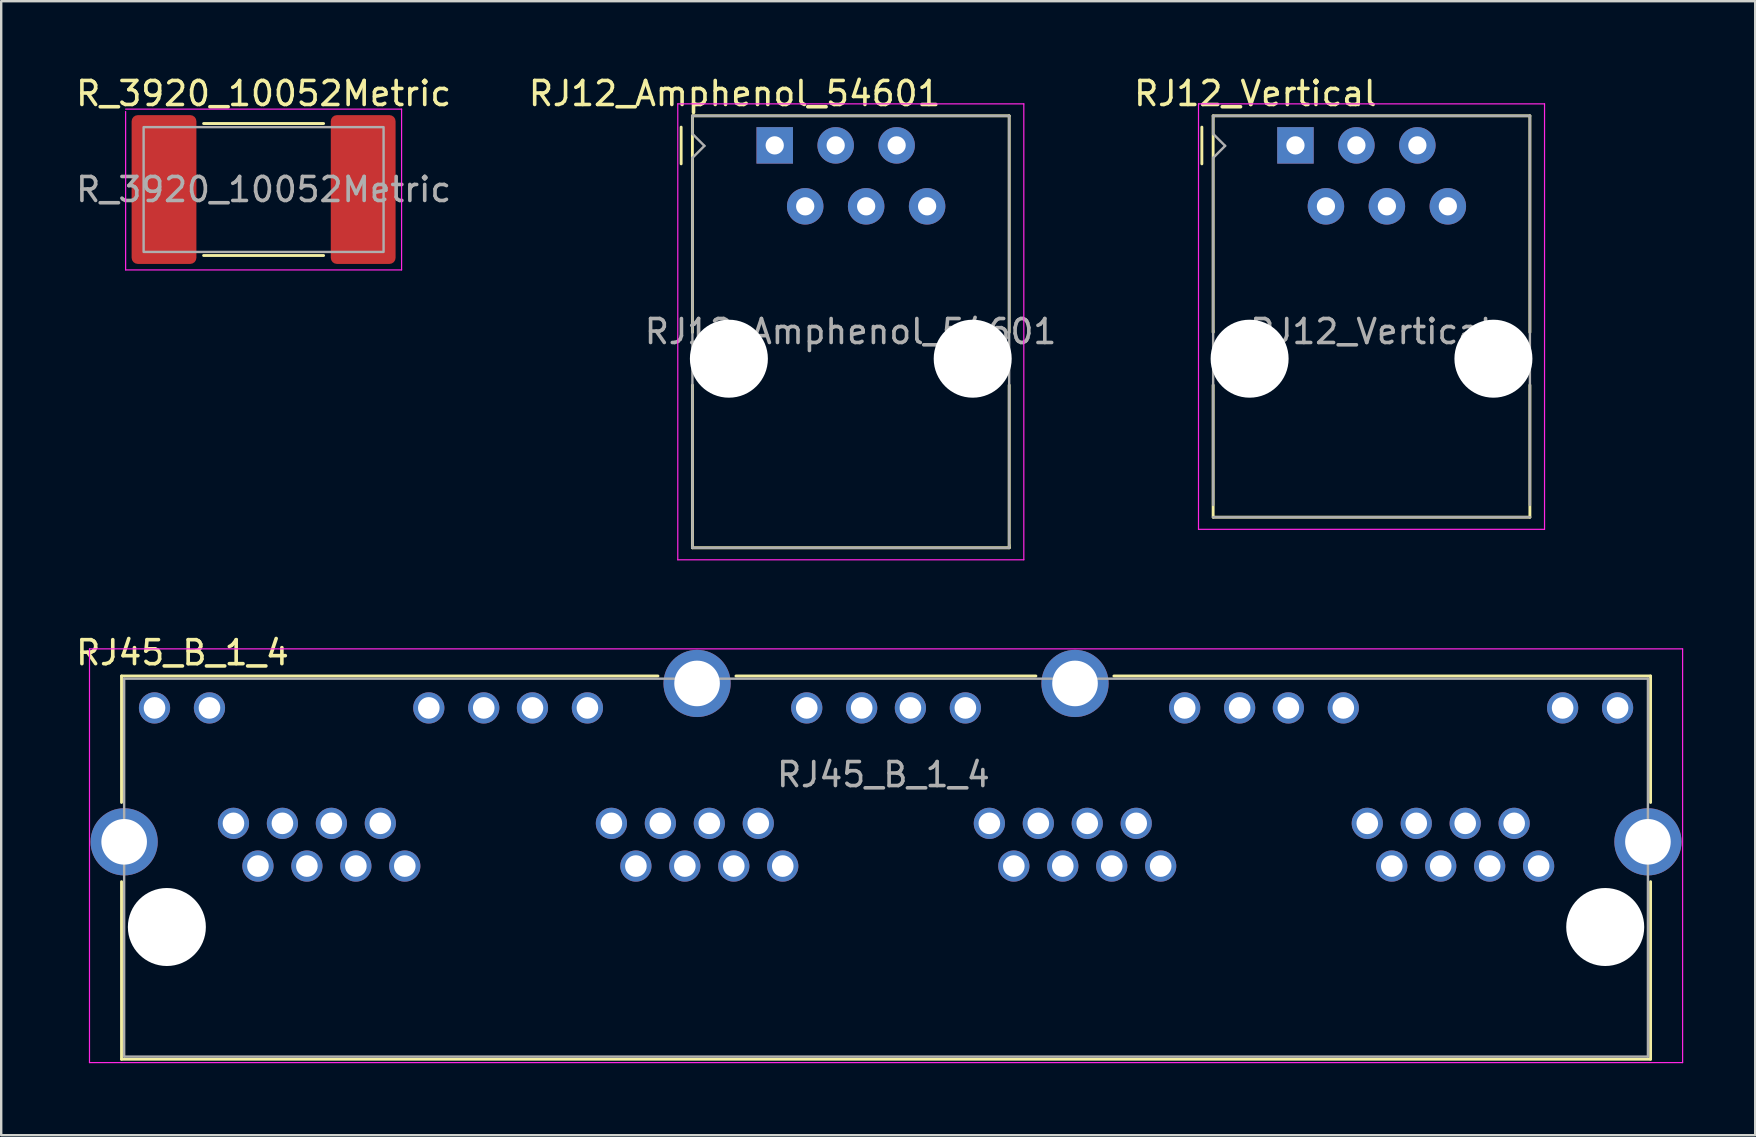
<source format=kicad_pcb>
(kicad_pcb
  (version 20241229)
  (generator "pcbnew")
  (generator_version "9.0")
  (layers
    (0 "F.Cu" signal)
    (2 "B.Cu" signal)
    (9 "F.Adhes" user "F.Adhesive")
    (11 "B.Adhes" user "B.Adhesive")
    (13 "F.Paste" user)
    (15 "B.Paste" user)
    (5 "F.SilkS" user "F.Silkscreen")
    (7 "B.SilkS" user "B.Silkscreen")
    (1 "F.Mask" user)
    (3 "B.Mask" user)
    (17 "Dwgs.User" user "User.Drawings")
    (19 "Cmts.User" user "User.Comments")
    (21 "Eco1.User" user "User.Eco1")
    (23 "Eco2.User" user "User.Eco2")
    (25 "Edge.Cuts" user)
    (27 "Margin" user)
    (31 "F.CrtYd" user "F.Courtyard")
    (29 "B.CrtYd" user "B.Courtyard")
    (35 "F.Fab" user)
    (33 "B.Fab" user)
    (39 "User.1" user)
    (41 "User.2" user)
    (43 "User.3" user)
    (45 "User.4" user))
  (footprint "RJ12_Amphenol_54601"
    (layer "F.Cu")
    (at 29.235 3.008)
    (property "Reference" "RJ12_Amphenol_54601" (at -1.67 -2.16 0) (layer "F.SilkS") (effects (font (size 1 1) (thickness 0.15))))
    (attr through_hole)
    (fp_line (start -3.9 0.77) (end -3.9 -0.76) (stroke (width 0.12) (type solid)) (layer "F.SilkS"))
    (fp_line (start -3.43 -1.23) (end 9.77 -1.23) (stroke (width 0.12) (type solid)) (layer "F.SilkS"))
    (fp_line (start -3.43 7.72) (end -3.43 7.79) (stroke (width 0.1) (type solid)) (layer "F.SilkS"))
    (fp_line (start -3.43 7.79) (end -3.43 -1.23) (stroke (width 0.12) (type solid)) (layer "F.SilkS"))
    (fp_line (start -3.43 16.77) (end -3.43 9.99) (stroke (width 0.12) (type solid)) (layer "F.SilkS"))
    (fp_line (start 9.77 -1.23) (end 9.77 7.79) (stroke (width 0.12) (type solid)) (layer "F.SilkS"))
    (fp_line (start 9.77 16.65) (end 9.77 16.77) (stroke (width 0.1) (type solid)) (layer "F.SilkS"))
    (fp_line (start 9.77 16.76) (end 9.77 16.77) (stroke (width 0.1) (type solid)) (layer "F.SilkS"))
    (fp_line (start 9.77 16.77) (end -3.43 16.77) (stroke (width 0.12) (type solid)) (layer "F.SilkS"))
    (fp_line (start 9.77 16.77) (end 9.77 9.99) (stroke (width 0.12) (type solid)) (layer "F.SilkS"))
    (fp_line (start -4.04 -1.73) (end 10.38 -1.73) (stroke (width 0.05) (type solid)) (layer "F.CrtYd"))
    (fp_line (start -4.04 17.27) (end -4.04 -1.73) (stroke (width 0.05) (type solid)) (layer "F.CrtYd"))
    (fp_line (start 10.38 -1.73) (end 10.38 17.27) (stroke (width 0.05) (type solid)) (layer "F.CrtYd"))
    (fp_line (start 10.38 17.27) (end -4.04 17.27) (stroke (width 0.05) (type solid)) (layer "F.CrtYd"))
    (fp_line (start -3.43 -1.23) (end 9.77 -1.23) (stroke (width 0.1) (type solid)) (layer "F.Fab"))
    (fp_line (start -3.43 -0.48) (end -3.43 -1.23) (stroke (width 0.1) (type solid)) (layer "F.Fab"))
    (fp_line (start -3.43 0.52) (end -2.93 0.02) (stroke (width 0.1) (type solid)) (layer "F.Fab"))
    (fp_line (start -3.43 16.77) (end -3.43 0.52) (stroke (width 0.1) (type solid)) (layer "F.Fab"))
    (fp_line (start -2.93 0.02) (end -3.43 -0.48) (stroke (width 0.1) (type solid)) (layer "F.Fab"))
    (fp_line (start 9.77 -1.23) (end 9.77 16.77) (stroke (width 0.1) (type solid)) (layer "F.Fab"))
    (fp_line (start 9.77 16.77) (end -3.43 16.77) (stroke (width 0.1) (type solid)) (layer "F.Fab"))
    (fp_text user "${REFERENCE}" (at 3.16 7.76 0) (layer "F.Fab") (effects (font (size 1 1) (thickness 0.15))))
    (pad "" np_thru_hole circle (at -1.91 8.89) (size 3.25 3.25) (drill 3.25) (layers "*.Cu" "*.Mask"))
    (pad "" np_thru_hole circle (at 8.25 8.89) (size 3.25 3.25) (drill 3.25) (layers "*.Cu" "*.Mask"))
    (pad "1" thru_hole rect (at 0 0) (size 1.52 1.52) (drill 0.76) (layers "*.Cu" "*.Mask"))
    (pad "2" thru_hole circle (at 1.27 2.54) (size 1.52 1.52) (drill 0.76) (layers "*.Cu" "*.Mask"))
    (pad "3" thru_hole circle (at 2.54 0) (size 1.52 1.52) (drill 0.76) (layers "*.Cu" "*.Mask"))
    (pad "4" thru_hole circle (at 3.81 2.54) (size 1.52 1.52) (drill 0.76) (layers "*.Cu" "*.Mask"))
    (pad "5" thru_hole circle (at 5.08 0) (size 1.52 1.52) (drill 0.76) (layers "*.Cu" "*.Mask"))
    (pad "6" thru_hole circle (at 6.35 2.54) (size 1.52 1.52) (drill 0.76) (layers "*.Cu" "*.Mask")))
  (footprint "RJ12_Vertical"
    (layer "F.Cu")
    (at 50.935 3.008)
    (property "Reference" "RJ12_Vertical" (at -1.67 -2.16 0) (layer "F.SilkS") (effects (font (size 1 1) (thickness 0.15))))
    (attr through_hole)
    (fp_line (start -3.9 0.77) (end -3.9 -0.76) (stroke (width 0.12) (type solid)) (layer "F.SilkS"))
    (fp_line (start -3.43 -1.23) (end 9.77 -1.23) (stroke (width 0.12) (type solid)) (layer "F.SilkS"))
    (fp_line (start -3.43 7.72) (end -3.43 7.79) (stroke (width 0.1) (type solid)) (layer "F.SilkS"))
    (fp_line (start -3.43 7.79) (end -3.43 -1.23) (stroke (width 0.12) (type solid)) (layer "F.SilkS"))
    (fp_line (start -3.43 15.494) (end -3.43 9.99) (stroke (width 0.12) (type solid)) (layer "F.SilkS"))
    (fp_line (start 9.77 -1.23) (end 9.77 7.79) (stroke (width 0.12) (type solid)) (layer "F.SilkS"))
    (fp_line (start 9.77 15.494) (end -3.425 15.494) (stroke (width 0.12) (type solid)) (layer "F.SilkS"))
    (fp_line (start 9.77 15.494) (end 9.77 9.99) (stroke (width 0.12) (type solid)) (layer "F.SilkS"))
    (fp_line (start -4.04 -1.73) (end 10.38 -1.73) (stroke (width 0.05) (type solid)) (layer "F.CrtYd"))
    (fp_line (start -4.04 16.002) (end -4.04 -1.73) (stroke (width 0.05) (type solid)) (layer "F.CrtYd"))
    (fp_line (start 10.38 -1.73) (end 10.38 16.002) (stroke (width 0.05) (type solid)) (layer "F.CrtYd"))
    (fp_line (start 10.38 16.002) (end -4.04 16.002) (stroke (width 0.05) (type solid)) (layer "F.CrtYd"))
    (fp_line (start -3.43 -1.23) (end 9.77 -1.23) (stroke (width 0.1) (type solid)) (layer "F.Fab"))
    (fp_line (start -3.43 -0.48) (end -3.43 -1.23) (stroke (width 0.1) (type solid)) (layer "F.Fab"))
    (fp_line (start -3.43 0.52) (end -2.93 0.02) (stroke (width 0.1) (type solid)) (layer "F.Fab"))
    (fp_line (start -3.43 14.986) (end -3.43 0.52) (stroke (width 0.1) (type solid)) (layer "F.Fab"))
    (fp_line (start -2.93 0.02) (end -3.43 -0.48) (stroke (width 0.1) (type solid)) (layer "F.Fab"))
    (fp_line (start 9.77 -1.23) (end 9.77 14.986) (stroke (width 0.1) (type solid)) (layer "F.Fab"))
    (fp_line (start 9.77 15.494) (end -3.43 15.494) (stroke (width 0.1) (type solid)) (layer "F.Fab"))
    (fp_text user "${REFERENCE}" (at 3.16 7.76 0) (layer "F.Fab") (effects (font (size 1 1) (thickness 0.15))))
    (pad "" np_thru_hole circle (at -1.91 8.89) (size 3.25 3.25) (drill 3.25) (layers "*.Cu" "*.Mask"))
    (pad "" np_thru_hole circle (at 8.25 8.89) (size 3.25 3.25) (drill 3.25) (layers "*.Cu" "*.Mask"))
    (pad "1" thru_hole rect (at 0 0) (size 1.52 1.52) (drill 0.76) (layers "*.Cu" "*.Mask"))
    (pad "2" thru_hole circle (at 1.27 2.54) (size 1.52 1.52) (drill 0.76) (layers "*.Cu" "*.Mask"))
    (pad "3" thru_hole circle (at 2.54 0) (size 1.52 1.52) (drill 0.76) (layers "*.Cu" "*.Mask"))
    (pad "4" thru_hole circle (at 3.81 2.54) (size 1.52 1.52) (drill 0.76) (layers "*.Cu" "*.Mask"))
    (pad "5" thru_hole circle (at 5.08 0) (size 1.52 1.52) (drill 0.76) (layers "*.Cu" "*.Mask"))
    (pad "6" thru_hole circle (at 6.35 2.54) (size 1.52 1.52) (drill 0.76) (layers "*.Cu" "*.Mask")))
  (footprint "R_3920_10052Metric"
    (layer "F.Cu")
    (at 7.935 4.848)
    (property "Reference" "R_3920_10052Metric" (at 0 -4 0) (unlocked yes) (layer "F.SilkS") (effects (font (size 1 1) (thickness 0.15))))
    (attr smd)
    (fp_line (start -2.5 -2.75) (end 2.5 -2.75) (stroke (width 0.12) (type solid)) (layer "F.SilkS"))
    (fp_line (start -2.5 2.749) (end 2.5 2.749) (stroke (width 0.12) (type solid)) (layer "F.SilkS"))
    (fp_line (start -5.75 -3.25) (end -5.75 3.35) (stroke (width 0.05) (type default)) (layer "F.CrtYd"))
    (fp_line (start -5.75 3.35) (end 5.75 3.35) (stroke (width 0.05) (type default)) (layer "F.CrtYd"))
    (fp_line (start 5.75 -3.35) (end -5.75 -3.35) (stroke (width 0.05) (type default)) (layer "F.CrtYd"))
    (fp_line (start 5.75 3.35) (end 5.75 -3.35) (stroke (width 0.05) (type default)) (layer "F.CrtYd"))
    (fp_rect (start -5 -2.6) (end 5 2.6) (stroke (width 0.1) (type solid)) (fill no) (layer "F.Fab"))
    (fp_text user "${REFERENCE}" (at 0 0 0) (unlocked yes) (layer "F.Fab") (effects (font (size 1 1) (thickness 0.15))))
    (pad "1" smd roundrect (at -4.15 0) (size 2.7 6.2) (layers "F.Cu" "F.Mask" "F.Paste") (roundrect_rratio 0.095))
    (pad "2" smd roundrect (at 4.15 0) (size 2.7 6.2) (layers "F.Cu" "F.Mask" "F.Paste") (roundrect_rratio 0.094)))
  (footprint "RJ45_B_1_4"
    (layer "F.Cu")
    (at 61.069 33.041)
    (property "Reference" "RJ45_B_1_4" (at -56.515 -8.89 0) (unlocked yes) (layer "F.SilkS") (effects (font (size 1 1) (thickness 0.15))))
    (attr through_hole)
    (fp_line (start -59.055 -2.65) (end -59.055 -7.92) (stroke (width 0.12) (type solid)) (layer "F.SilkS"))
    (fp_line (start -59.055 8.05) (end -59.055 0.65) (stroke (width 0.12) (type solid)) (layer "F.SilkS"))
    (fp_line (start -59.055 8.05) (end 4.665 8.05) (stroke (width 0.12) (type solid)) (layer "F.SilkS"))
    (fp_line (start -36.7 -7.92) (end -59.055 -7.92) (stroke (width 0.12) (type solid)) (layer "F.SilkS"))
    (fp_line (start -20.95 -7.92) (end -33.45 -7.92) (stroke (width 0.12) (type solid)) (layer "F.SilkS"))
    (fp_line (start 4.665 -7.92) (end -17.7 -7.92) (stroke (width 0.12) (type solid)) (layer "F.SilkS"))
    (fp_line (start 4.665 -2.65) (end 4.665 -7.92) (stroke (width 0.12) (type solid)) (layer "F.SilkS"))
    (fp_line (start 4.665 8.05) (end 4.665 0.65) (stroke (width 0.12) (type solid)) (layer "F.SilkS"))
    (fp_line (start -60.39 -9.05) (end -60.39 8.19) (stroke (width 0.05) (type solid)) (layer "F.CrtYd"))
    (fp_line (start -60.39 8.19) (end 6 8.19) (stroke (width 0.05) (type solid)) (layer "F.CrtYd"))
    (fp_line (start 6 -9.05) (end -60.39 -9.05) (stroke (width 0.05) (type solid)) (layer "F.CrtYd"))
    (fp_line (start 6 8.19) (end 6 -9.05) (stroke (width 0.05) (type solid)) (layer "F.CrtYd"))
    (fp_line (start -58.945 7.94) (end -58.945 -7.81) (stroke (width 0.1) (type solid)) (layer "F.Fab"))
    (fp_line (start -58.945 7.94) (end 4.555 7.94) (stroke (width 0.1) (type solid)) (layer "F.Fab"))
    (fp_line (start 4.555 -7.81) (end -58.945 -7.81) (stroke (width 0.1) (type solid)) (layer "F.Fab"))
    (fp_line (start 4.555 7.94) (end 4.555 -7.81) (stroke (width 0.1) (type solid)) (layer "F.Fab"))
    (fp_text user "${REFERENCE}" (at -27.305 -3.81 0) (unlocked yes) (layer "F.Fab") (effects (font (size 1 1) (thickness 0.15))))
    (pad "" np_thru_hole circle (at -57.165 2.54) (size 3.25 3.25) (drill 3.25) (layers "*.Cu" "*.Mask"))
    (pad "" np_thru_hole circle (at 2.775 2.54) (size 3.25 3.25) (drill 3.25) (layers "*.Cu" "*.Mask"))
    (pad "1" thru_hole circle (at 0 0) (size 1.3 1.3) (drill 0.9) (layers "*.Cu" "*.Mask"))
    (pad "2" thru_hole circle (at -1.02 -1.78) (size 1.3 1.3) (drill 0.9) (layers "*.Cu" "*.Mask"))
    (pad "3" thru_hole circle (at -2.04 0) (size 1.3 1.3) (drill 0.9) (layers "*.Cu" "*.Mask"))
    (pad "4" thru_hole circle (at -3.06 -1.78) (size 1.3 1.3) (drill 0.9) (layers "*.Cu" "*.Mask"))
    (pad "5" thru_hole circle (at -4.08 0) (size 1.3 1.3) (drill 0.9) (layers "*.Cu" "*.Mask"))
    (pad "6" thru_hole circle (at -5.1 -1.78) (size 1.3 1.3) (drill 0.9) (layers "*.Cu" "*.Mask"))
    (pad "7" thru_hole circle (at -6.12 0) (size 1.3 1.3) (drill 0.9) (layers "*.Cu" "*.Mask"))
    (pad "8" thru_hole circle (at -7.14 -1.78) (size 1.3 1.3) (drill 0.9) (layers "*.Cu" "*.Mask"))
    (pad "9" thru_hole circle (at 3.29 -6.59) (size 1.3 1.3) (drill 0.9) (layers "*.Cu" "*.Mask"))
    (pad "10" thru_hole circle (at 1 -6.59) (size 1.3 1.3) (drill 0.9) (layers "*.Cu" "*.Mask"))
    (pad "11" thru_hole circle (at -8.14 -6.59) (size 1.3 1.3) (drill 0.9) (layers "*.Cu" "*.Mask"))
    (pad "12" thru_hole circle (at -10.43 -6.59) (size 1.3 1.3) (drill 0.9) (layers "*.Cu" "*.Mask"))
    (pad "13" thru_hole circle (at 4.555 -1.01) (size 2.8 2.8) (drill 1.9) (layers "*.Cu" "*.Mask"))
    (pad "14" thru_hole circle (at -15.75 0) (size 1.3 1.3) (drill 0.9) (layers "*.Cu" "*.Mask"))
    (pad "15" thru_hole circle (at -16.77 -1.78) (size 1.3 1.3) (drill 0.9) (layers "*.Cu" "*.Mask"))
    (pad "16" thru_hole circle (at -17.79 0) (size 1.3 1.3) (drill 0.9) (layers "*.Cu" "*.Mask"))
    (pad "17" thru_hole circle (at -18.81 -1.78) (size 1.3 1.3) (drill 0.9) (layers "*.Cu" "*.Mask"))
    (pad "18" thru_hole circle (at -19.83 0) (size 1.3 1.3) (drill 0.9) (layers "*.Cu" "*.Mask"))
    (pad "19" thru_hole circle (at -20.85 -1.78) (size 1.3 1.3) (drill 0.9) (layers "*.Cu" "*.Mask"))
    (pad "20" thru_hole circle (at -21.87 0) (size 1.3 1.3) (drill 0.9) (layers "*.Cu" "*.Mask"))
    (pad "21" thru_hole circle (at -22.89 -1.78) (size 1.3 1.3) (drill 0.9) (layers "*.Cu" "*.Mask"))
    (pad "22" thru_hole circle (at -12.46 -6.59) (size 1.3 1.3) (drill 0.9) (layers "*.Cu" "*.Mask"))
    (pad "23" thru_hole circle (at -14.75 -6.59) (size 1.3 1.3) (drill 0.9) (layers "*.Cu" "*.Mask"))
    (pad "24" thru_hole circle (at -23.89 -6.59) (size 1.3 1.3) (drill 0.9) (layers "*.Cu" "*.Mask"))
    (pad "25" thru_hole circle (at -26.18 -6.59) (size 1.3 1.3) (drill 0.9) (layers "*.Cu" "*.Mask"))
    (pad "26" thru_hole circle (at -19.32 -7.61) (size 2.8 2.8) (drill 1.9) (layers "*.Cu" "*.Mask"))
    (pad "27" thru_hole circle (at -31.5 0) (size 1.3 1.3) (drill 0.9) (layers "*.Cu" "*.Mask"))
    (pad "28" thru_hole circle (at -32.52 -1.78) (size 1.3 1.3) (drill 0.9) (layers "*.Cu" "*.Mask"))
    (pad "29" thru_hole circle (at -33.54 0) (size 1.3 1.3) (drill 0.9) (layers "*.Cu" "*.Mask"))
    (pad "30" thru_hole circle (at -34.56 -1.78) (size 1.3 1.3) (drill 0.9) (layers "*.Cu" "*.Mask"))
    (pad "31" thru_hole circle (at -35.58 0) (size 1.3 1.3) (drill 0.9) (layers "*.Cu" "*.Mask"))
    (pad "32" thru_hole circle (at -36.6 -1.78) (size 1.3 1.3) (drill 0.9) (layers "*.Cu" "*.Mask"))
    (pad "33" thru_hole circle (at -37.62 0) (size 1.3 1.3) (drill 0.9) (layers "*.Cu" "*.Mask"))
    (pad "34" thru_hole circle (at -38.64 -1.78) (size 1.3 1.3) (drill 0.9) (layers "*.Cu" "*.Mask"))
    (pad "35" thru_hole circle (at -28.21 -6.59) (size 1.3 1.3) (drill 0.9) (layers "*.Cu" "*.Mask"))
    (pad "36" thru_hole circle (at -30.5 -6.59) (size 1.3 1.3) (drill 0.9) (layers "*.Cu" "*.Mask"))
    (pad "37" thru_hole circle (at -39.64 -6.59) (size 1.3 1.3) (drill 0.9) (layers "*.Cu" "*.Mask"))
    (pad "38" thru_hole circle (at -41.93 -6.59) (size 1.3 1.3) (drill 0.9) (layers "*.Cu" "*.Mask"))
    (pad "39" thru_hole circle (at -35.07 -7.61) (size 2.8 2.8) (drill 1.9) (layers "*.Cu" "*.Mask"))
    (pad "40" thru_hole circle (at -47.25 0) (size 1.3 1.3) (drill 0.9) (layers "*.Cu" "*.Mask"))
    (pad "41" thru_hole circle (at -48.27 -1.78) (size 1.3 1.3) (drill 0.9) (layers "*.Cu" "*.Mask"))
    (pad "42" thru_hole circle (at -49.29 0) (size 1.3 1.3) (drill 0.9) (layers "*.Cu" "*.Mask"))
    (pad "43" thru_hole circle (at -50.31 -1.78) (size 1.3 1.3) (drill 0.9) (layers "*.Cu" "*.Mask"))
    (pad "44" thru_hole circle (at -51.33 0) (size 1.3 1.3) (drill 0.9) (layers "*.Cu" "*.Mask"))
    (pad "45" thru_hole circle (at -52.35 -1.78) (size 1.3 1.3) (drill 0.9) (layers "*.Cu" "*.Mask"))
    (pad "46" thru_hole circle (at -53.37 0) (size 1.3 1.3) (drill 0.9) (layers "*.Cu" "*.Mask"))
    (pad "47" thru_hole circle (at -54.39 -1.78) (size 1.3 1.3) (drill 0.9) (layers "*.Cu" "*.Mask"))
    (pad "48" thru_hole circle (at -43.96 -6.59) (size 1.3 1.3) (drill 0.9) (layers "*.Cu" "*.Mask"))
    (pad "49" thru_hole circle (at -46.25 -6.59) (size 1.3 1.3) (drill 0.9) (layers "*.Cu" "*.Mask"))
    (pad "50" thru_hole circle (at -55.39 -6.59) (size 1.3 1.3) (drill 0.9) (layers "*.Cu" "*.Mask"))
    (pad "51" thru_hole circle (at -57.68 -6.59) (size 1.3 1.3) (drill 0.9) (layers "*.Cu" "*.Mask"))
    (pad "52" thru_hole circle (at -58.945 -1.01) (size 2.8 2.8) (drill 1.9) (layers "*.Cu" "*.Mask")))
  (gr_rect
    (start -3 -3)
    (end 70.094 44.257)
    (stroke (width 0.1) (type default))
    (fill no)
    (layer "Edge.Cuts")))
</source>
